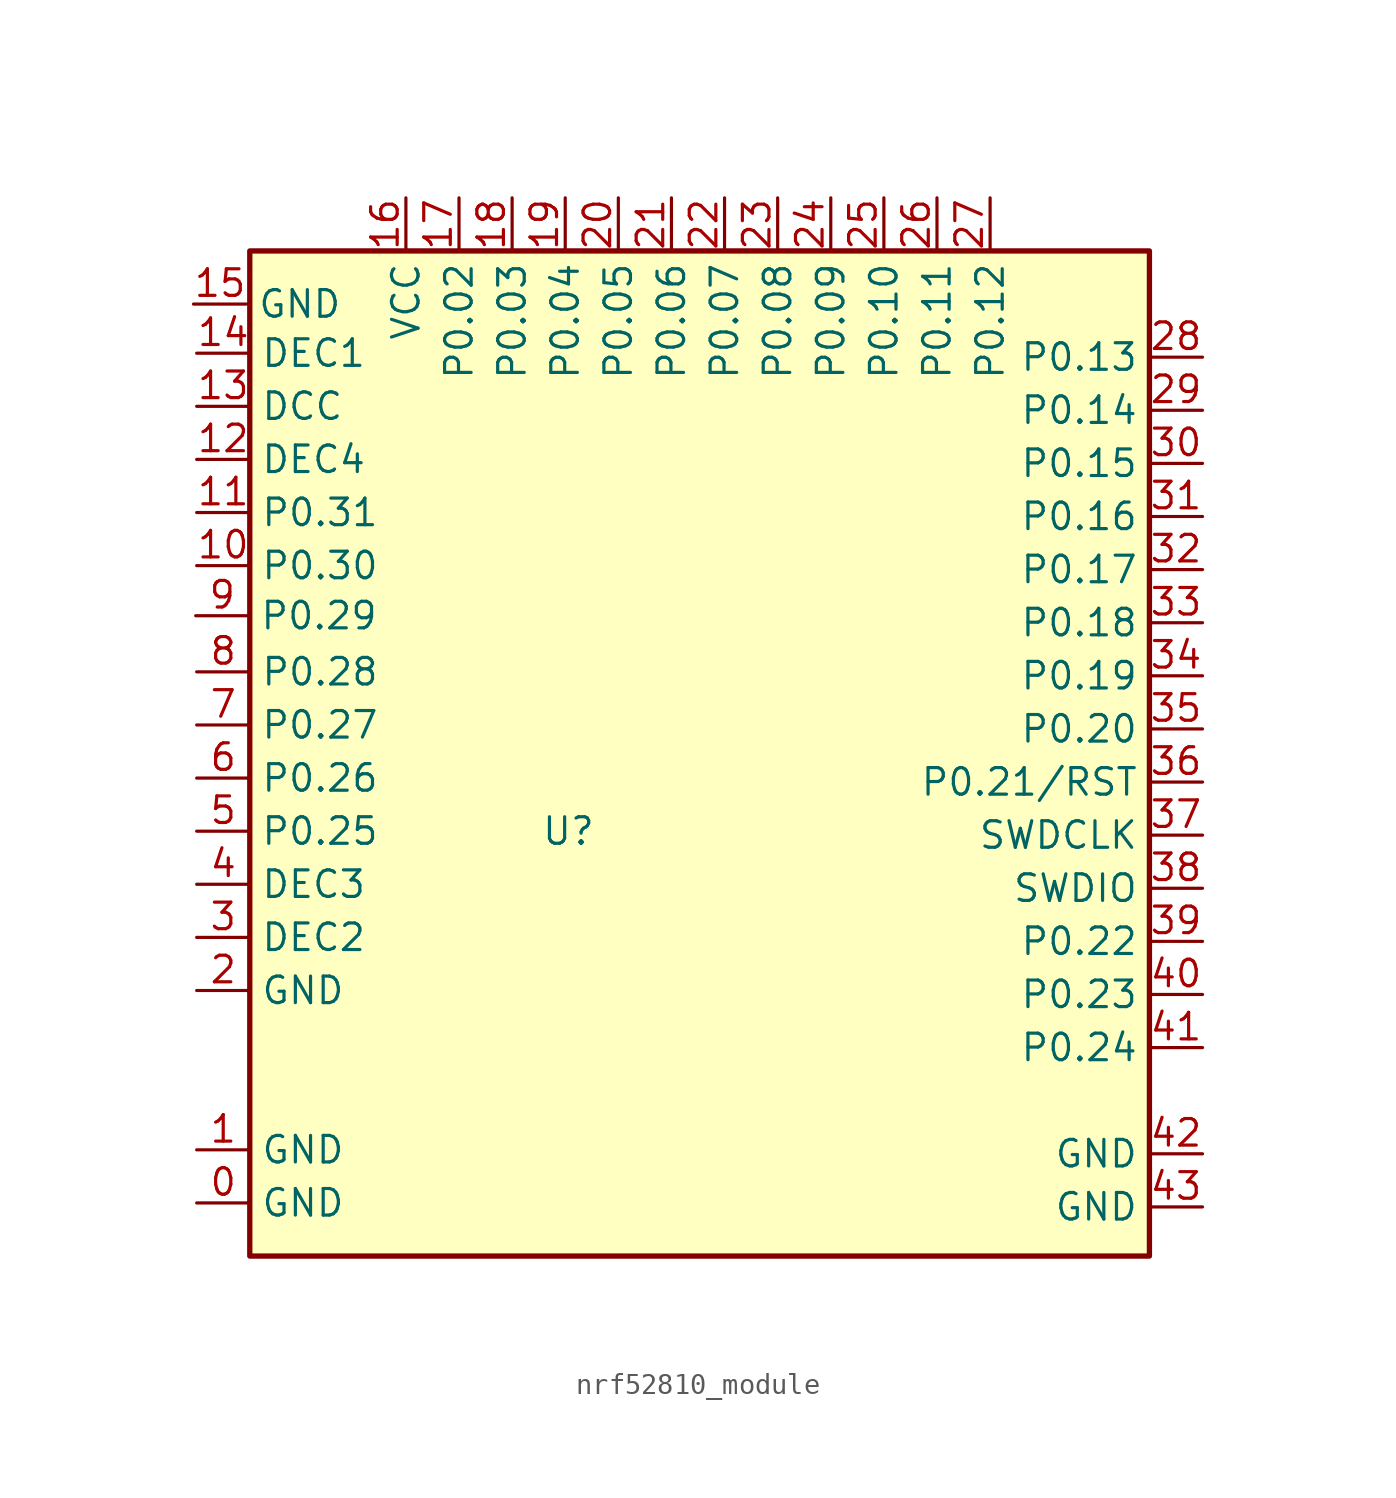
<source format=kicad_sym>
(kicad_symbol_lib
  (version 20220914)
  (generator kicad_symbol_editor)
  (symbol "nrf52810_module"
    (property "Reference" "U"
      (at -4.927 -2.35 0)
      (effects (font (size 1.27 1.27))))
    (property "Value" ""
      (at -4.927 -2.35 0)
      (effects (font (size 1.27 1.27))))
    (symbol "nrf52810_module_0_1"
      (rectangle (start -20.167 25.4) (end 22.86 -22.67) (stroke (width 0.254) (type default)) (fill (type background))))
    (symbol "nrf52810_module_1_1"
      (pin passive line (at -22.707 -20.13 0) (length 2.54) (name "GND" (effects (font (size 1.27 1.27)))) (number "0" (effects (font (size 1.27 1.27)))))
      (pin passive line (at -22.707 -17.59 0) (length 2.54) (name "GND" (effects (font (size 1.27 1.27)))) (number "1" (effects (font (size 1.27 1.27)))))
      (pin passive line (at -22.707 10.35 0) (length 2.54) (name "P0.30" (effects (font (size 1.27 1.27)))) (number "10" (effects (font (size 1.27 1.27)))))
      (pin passive line (at -22.707 12.89 0) (length 2.54) (name "P0.31" (effects (font (size 1.27 1.27)))) (number "11" (effects (font (size 1.27 1.27)))))
      (pin passive line (at -22.707 15.43 0) (length 2.54) (name "DEC4" (effects (font (size 1.27 1.27)))) (number "12" (effects (font (size 1.27 1.27)))))
      (pin passive line (at -22.707 17.97 0) (length 2.54) (name "DCC" (effects (font (size 1.27 1.27)))) (number "13" (effects (font (size 1.27 1.27)))))
      (pin passive line (at -22.707 20.51 0) (length 2.54) (name "DEC1" (effects (font (size 1.27 1.27)))) (number "14" (effects (font (size 1.27 1.27)))))
      (pin passive line (at -22.86 22.86 0) (length 2.54) (name "GND" (effects (font (size 1.27 1.27)))) (number "15" (effects (font (size 1.27 1.27)))))
      (pin passive line (at -12.7 27.94 270) (length 2.54) (name "VCC" (effects (font (size 1.27 1.27)))) (number "16" (effects (font (size 1.27 1.27)))))
      (pin passive line (at -10.16 27.94 270) (length 2.54) (name "P0.02" (effects (font (size 1.27 1.27)))) (number "17" (effects (font (size 1.27 1.27)))))
      (pin passive line (at -7.62 27.94 270) (length 2.54) (name "P0.03" (effects (font (size 1.27 1.27)))) (number "18" (effects (font (size 1.27 1.27)))))
      (pin passive line (at -5.08 27.94 270) (length 2.54) (name "P0.04" (effects (font (size 1.27 1.27)))) (number "19" (effects (font (size 1.27 1.27)))))
      (pin passive line (at -22.707 -9.97 0) (length 2.54) (name "GND" (effects (font (size 1.27 1.27)))) (number "2" (effects (font (size 1.27 1.27)))))
      (pin passive line (at -2.54 27.94 270) (length 2.54) (name "P0.05" (effects (font (size 1.27 1.27)))) (number "20" (effects (font (size 1.27 1.27)))))
      (pin passive line (at 0 27.94 270) (length 2.54) (name "P0.06" (effects (font (size 1.27 1.27)))) (number "21" (effects (font (size 1.27 1.27)))))
      (pin passive line (at 2.54 27.94 270) (length 2.54) (name "P0.07" (effects (font (size 1.27 1.27)))) (number "22" (effects (font (size 1.27 1.27)))))
      (pin passive line (at 5.08 27.94 270) (length 2.54) (name "P0.08" (effects (font (size 1.27 1.27)))) (number "23" (effects (font (size 1.27 1.27)))))
      (pin passive line (at 7.62 27.94 270) (length 2.54) (name "P0.09" (effects (font (size 1.27 1.27)))) (number "24" (effects (font (size 1.27 1.27)))))
      (pin passive line (at 10.16 27.94 270) (length 2.54) (name "P0.10" (effects (font (size 1.27 1.27)))) (number "25" (effects (font (size 1.27 1.27)))))
      (pin passive line (at 12.7 27.94 270) (length 2.54) (name "P0.11" (effects (font (size 1.27 1.27)))) (number "26" (effects (font (size 1.27 1.27)))))
      (pin passive line (at 15.24 27.94 270) (length 2.54) (name "P0.12" (effects (font (size 1.27 1.27)))) (number "27" (effects (font (size 1.27 1.27)))))
      (pin passive line (at 25.4 20.32 180) (length 2.54) (name "P0.13" (effects (font (size 1.27 1.27)))) (number "28" (effects (font (size 1.27 1.27)))))
      (pin passive line (at 25.4 17.78 180) (length 2.54) (name "P0.14" (effects (font (size 1.27 1.27)))) (number "29" (effects (font (size 1.27 1.27)))))
      (pin passive line (at -22.707 -7.43 0) (length 2.54) (name "DEC2" (effects (font (size 1.27 1.27)))) (number "3" (effects (font (size 1.27 1.27)))))
      (pin passive line (at 25.4 15.24 180) (length 2.54) (name "P0.15" (effects (font (size 1.27 1.27)))) (number "30" (effects (font (size 1.27 1.27)))))
      (pin passive line (at 25.4 12.7 180) (length 2.54) (name "P0.16" (effects (font (size 1.27 1.27)))) (number "31" (effects (font (size 1.27 1.27)))))
      (pin passive line (at 25.4 10.16 180) (length 2.54) (name "P0.17" (effects (font (size 1.27 1.27)))) (number "32" (effects (font (size 1.27 1.27)))))
      (pin passive line (at 25.4 7.62 180) (length 2.54) (name "P0.18" (effects (font (size 1.27 1.27)))) (number "33" (effects (font (size 1.27 1.27)))))
      (pin passive line (at 25.4 5.08 180) (length 2.54) (name "P0.19" (effects (font (size 1.27 1.27)))) (number "34" (effects (font (size 1.27 1.27)))))
      (pin passive line (at 25.4 2.54 180) (length 2.54) (name "P0.20" (effects (font (size 1.27 1.27)))) (number "35" (effects (font (size 1.27 1.27)))))
      (pin passive line (at 25.4 0 180) (length 2.54) (name "P0.21/RST" (effects (font (size 1.27 1.27)))) (number "36" (effects (font (size 1.27 1.27)))))
      (pin passive line (at 25.4 -2.54 180) (length 2.54) (name "SWDCLK" (effects (font (size 1.27 1.27)))) (number "37" (effects (font (size 1.27 1.27)))))
      (pin passive line (at 25.4 -5.08 180) (length 2.54) (name "SWDIO" (effects (font (size 1.27 1.27)))) (number "38" (effects (font (size 1.27 1.27)))))
      (pin passive line (at 25.4 -7.62 180) (length 2.54) (name "P0.22" (effects (font (size 1.27 1.27)))) (number "39" (effects (font (size 1.27 1.27)))))
      (pin passive line (at -22.707 -4.89 0) (length 2.54) (name "DEC3" (effects (font (size 1.27 1.27)))) (number "4" (effects (font (size 1.27 1.27)))))
      (pin passive line (at 25.4 -10.16 180) (length 2.54) (name "P0.23" (effects (font (size 1.27 1.27)))) (number "40" (effects (font (size 1.27 1.27)))))
      (pin passive line (at 25.4 -12.7 180) (length 2.54) (name "P0.24" (effects (font (size 1.27 1.27)))) (number "41" (effects (font (size 1.27 1.27)))))
      (pin passive line (at 25.4 -17.78 180) (length 2.54) (name "GND" (effects (font (size 1.27 1.27)))) (number "42" (effects (font (size 1.27 1.27)))))
      (pin passive line (at 25.4 -20.32 180) (length 2.54) (name "GND" (effects (font (size 1.27 1.27)))) (number "43" (effects (font (size 1.27 1.27)))))
      (pin passive line (at -22.707 -2.35 0) (length 2.54) (name "P0.25" (effects (font (size 1.27 1.27)))) (number "5" (effects (font (size 1.27 1.27)))))
      (pin passive line (at -22.707 0.19 0) (length 2.54) (name "P0.26" (effects (font (size 1.27 1.27)))) (number "6" (effects (font (size 1.27 1.27)))))
      (pin passive line (at -22.707 2.73 0) (length 2.54) (name "P0.27" (effects (font (size 1.27 1.27)))) (number "7" (effects (font (size 1.27 1.27)))))
      (pin passive line (at -22.707 5.27 0) (length 2.54) (name "P0.28" (effects (font (size 1.27 1.27)))) (number "8" (effects (font (size 1.27 1.27)))))
      (pin passive line (at -22.753 7.955 0) (length 2.54) (name "P0.29" (effects (font (size 1.27 1.27)))) (number "9" (effects (font (size 1.27 1.27))))))))
</source>
